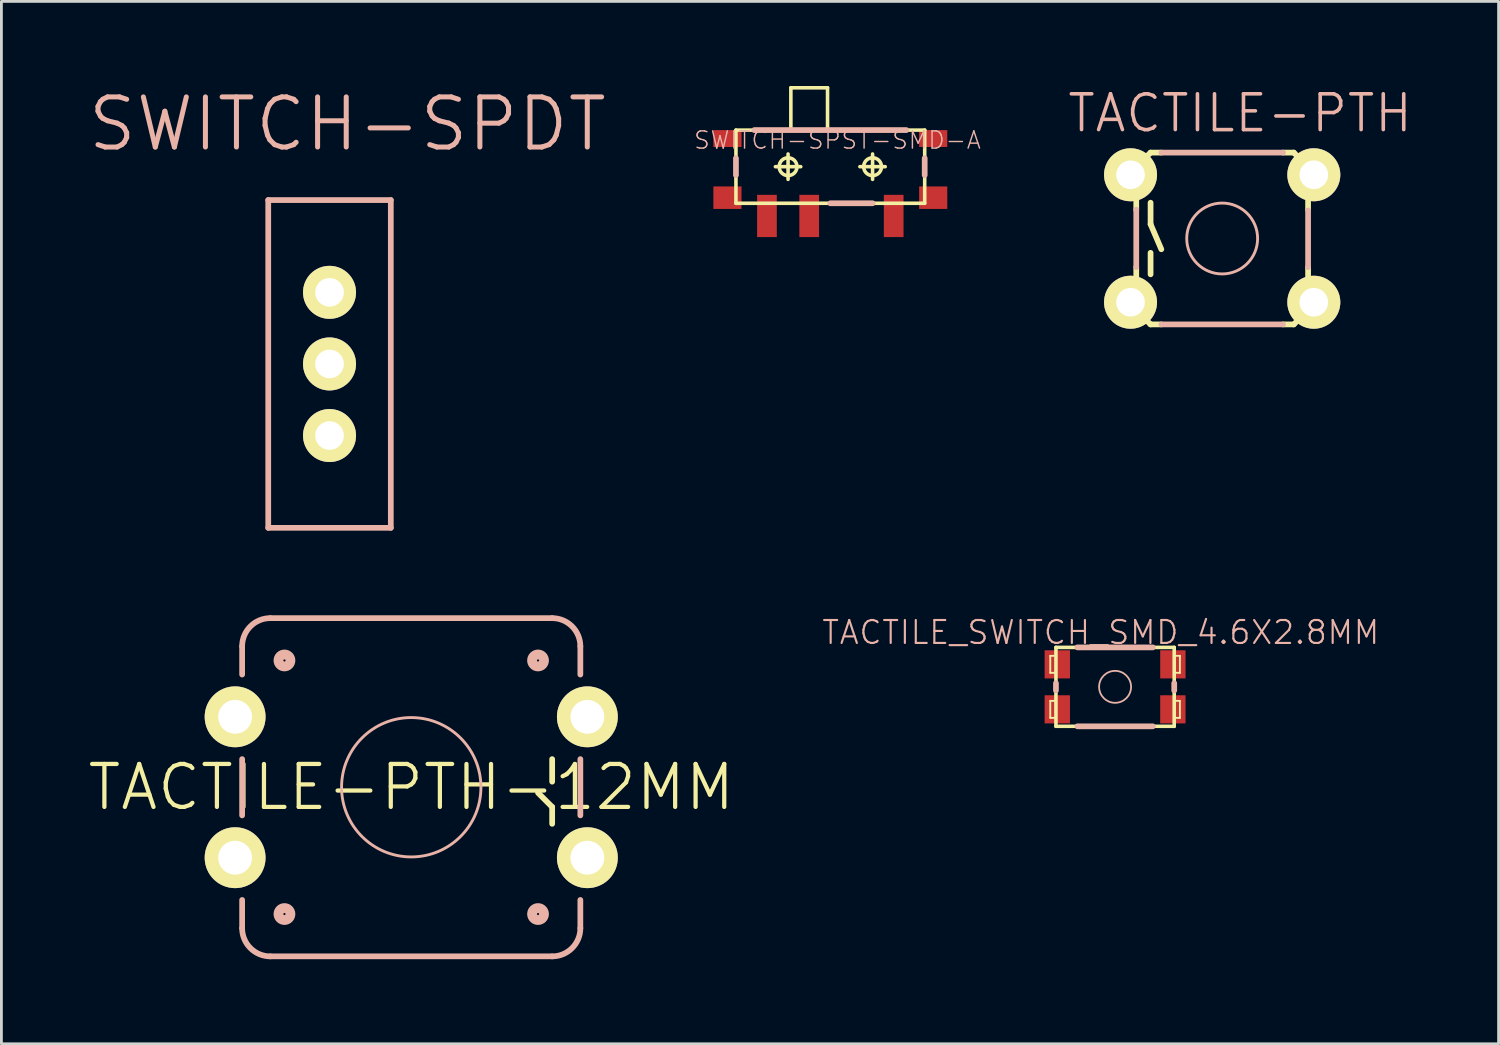
<source format=kicad_pcb>
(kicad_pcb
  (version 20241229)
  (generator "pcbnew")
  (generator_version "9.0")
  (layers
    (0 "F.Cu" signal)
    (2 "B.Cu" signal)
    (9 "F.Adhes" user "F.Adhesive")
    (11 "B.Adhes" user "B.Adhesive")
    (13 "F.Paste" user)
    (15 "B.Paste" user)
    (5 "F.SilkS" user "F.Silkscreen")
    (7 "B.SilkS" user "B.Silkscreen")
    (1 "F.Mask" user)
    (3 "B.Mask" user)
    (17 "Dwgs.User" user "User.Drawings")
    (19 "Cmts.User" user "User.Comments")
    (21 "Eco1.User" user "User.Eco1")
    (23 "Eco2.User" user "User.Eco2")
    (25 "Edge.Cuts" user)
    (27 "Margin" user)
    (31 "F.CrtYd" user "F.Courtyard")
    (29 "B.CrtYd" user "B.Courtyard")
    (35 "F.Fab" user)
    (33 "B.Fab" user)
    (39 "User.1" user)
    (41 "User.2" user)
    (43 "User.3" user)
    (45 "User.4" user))
  (footprint "TACTILE_SWITCH_SMD_4.6X2.8MM"
    (layer "F.Cu")
    (at 36.508 21.316)
    (property "Reference" "TACTILE_SWITCH_SMD_4.6X2.8MM" (at -0.508 -1.93 0) (layer "B.SilkS") (effects (font (size 0.813 0.813) (thickness 0.076))))
    (attr smd)
    (fp_line (start -2.299 -1.1) (end -2.098 -1.1) (stroke (width 0.066) (type solid)) (layer "F.SilkS"))
    (fp_line (start -2.299 -0.498) (end -2.299 -1.1) (stroke (width 0.066) (type solid)) (layer "F.SilkS"))
    (fp_line (start -2.299 -0.498) (end -2.098 -0.498) (stroke (width 0.066) (type solid)) (layer "F.SilkS"))
    (fp_line (start -2.299 0.498) (end -2.098 0.498) (stroke (width 0.066) (type solid)) (layer "F.SilkS"))
    (fp_line (start -2.299 1.1) (end -2.299 0.498) (stroke (width 0.066) (type solid)) (layer "F.SilkS"))
    (fp_line (start -2.299 1.1) (end -2.098 1.1) (stroke (width 0.066) (type solid)) (layer "F.SilkS"))
    (fp_line (start -2.098 -1.4) (end -2.098 1.4) (stroke (width 0.127) (type solid)) (layer "F.SilkS"))
    (fp_line (start -2.098 -1.4) (end 2.098 -1.4) (stroke (width 0.127) (type solid)) (layer "F.SilkS"))
    (fp_line (start -2.098 -0.498) (end -2.098 -1.1) (stroke (width 0.066) (type solid)) (layer "F.SilkS"))
    (fp_line (start -2.098 1.1) (end -2.098 0.498) (stroke (width 0.066) (type solid)) (layer "F.SilkS"))
    (fp_line (start -2.098 1.4) (end 2.098 1.4) (stroke (width 0.127) (type solid)) (layer "F.SilkS"))
    (fp_line (start 2.098 -1.1) (end 2.299 -1.1) (stroke (width 0.066) (type solid)) (layer "F.SilkS"))
    (fp_line (start 2.098 -0.498) (end 2.098 -1.1) (stroke (width 0.066) (type solid)) (layer "F.SilkS"))
    (fp_line (start 2.098 -0.498) (end 2.299 -0.498) (stroke (width 0.066) (type solid)) (layer "F.SilkS"))
    (fp_line (start 2.098 0.498) (end 2.299 0.498) (stroke (width 0.066) (type solid)) (layer "F.SilkS"))
    (fp_line (start 2.098 1.1) (end 2.098 0.498) (stroke (width 0.066) (type solid)) (layer "F.SilkS"))
    (fp_line (start 2.098 1.1) (end 2.299 1.1) (stroke (width 0.066) (type solid)) (layer "F.SilkS"))
    (fp_line (start 2.098 1.4) (end 2.098 -1.4) (stroke (width 0.127) (type solid)) (layer "F.SilkS"))
    (fp_line (start 2.299 -0.498) (end 2.299 -1.1) (stroke (width 0.066) (type solid)) (layer "F.SilkS"))
    (fp_line (start 2.299 1.1) (end 2.299 0.498) (stroke (width 0.066) (type solid)) (layer "F.SilkS"))
    (fp_line (start -2.098 -0.13) (end -2.098 0.13) (stroke (width 0.203) (type solid)) (layer "B.SilkS"))
    (fp_line (start -1.336 -1.4) (end 1.336 -1.4) (stroke (width 0.203) (type solid)) (layer "B.SilkS"))
    (fp_line (start 1.336 1.4) (end -1.336 1.4) (stroke (width 0.203) (type solid)) (layer "B.SilkS"))
    (fp_line (start 2.098 0.13) (end 2.098 -0.13) (stroke (width 0.203) (type solid)) (layer "B.SilkS"))
    (fp_circle (center 0 0) (end -0.401 0.401) (stroke (width 0.064) (type solid)) (fill no) (layer "B.SilkS"))
    (pad "1" smd rect (at -2.05 0.798) (size 0.899 0.998) (layers "F.Cu" "F.Mask" "F.Paste"))
    (pad "2" smd rect (at 2.05 0.798) (size 0.899 0.998) (layers "F.Cu" "F.Mask" "F.Paste"))
    (pad "3" smd rect (at 2.05 -0.798) (size 0.899 0.998) (layers "F.Cu" "F.Mask" "F.Paste"))
    (pad "4" smd rect (at -2.05 -0.798) (size 0.899 0.998) (layers "F.Cu" "F.Mask" "F.Paste")))
  (footprint "TACTILE-PTH-12MM"
    (layer "F.Cu")
    (at 11.539 24.878)
    (property "Reference" "TACTILE-PTH-12MM" (at 0 0 0) (layer "F.SilkS") (effects (font (size 1.524 1.524) (thickness 0.15))))
    (attr exclude_from_pos_files exclude_from_bom)
    (fp_line (start 4.999 -0.198) (end 4.999 -0.998) (stroke (width 0.203) (type solid)) (layer "F.SilkS"))
    (fp_line (start 4.999 0.699) (end 4.498 0.198) (stroke (width 0.203) (type solid)) (layer "F.SilkS"))
    (fp_line (start 4.999 1.298) (end 4.999 0.699) (stroke (width 0.203) (type solid)) (layer "F.SilkS"))
    (fp_line (start -5.999 -3.998) (end -5.999 -4.999) (stroke (width 0.203) (type solid)) (layer "B.SilkS"))
    (fp_line (start -5.999 0.998) (end -5.999 -0.998) (stroke (width 0.203) (type solid)) (layer "B.SilkS"))
    (fp_line (start -5.999 4.999) (end -5.999 3.998) (stroke (width 0.203) (type solid)) (layer "B.SilkS"))
    (fp_line (start -4.999 -5.999) (end 4.999 -5.999) (stroke (width 0.203) (type solid)) (layer "B.SilkS"))
    (fp_line (start 4.999 5.999) (end -4.999 5.999) (stroke (width 0.203) (type solid)) (layer "B.SilkS"))
    (fp_line (start 5.999 -4.999) (end 5.999 -3.998) (stroke (width 0.203) (type solid)) (layer "B.SilkS"))
    (fp_line (start 5.999 -0.998) (end 5.999 0.998) (stroke (width 0.203) (type solid)) (layer "B.SilkS"))
    (fp_line (start 5.999 3.998) (end 5.999 4.999) (stroke (width 0.203) (type solid)) (layer "B.SilkS"))
    (fp_arc (start -5.99948 -4.99872) (mid -5.706364 -5.706364) (end -4.99872 -5.99948) (stroke (width 0.2032) (type solid)) (layer "B.SilkS"))
    (fp_arc (start -4.99872 5.99948) (mid -5.706364 5.706364) (end -5.99948 4.99872) (stroke (width 0.2032) (type solid)) (layer "B.SilkS"))
    (fp_arc (start 4.99872 -5.99948) (mid 5.706364 -5.706364) (end 5.99948 -4.99872) (stroke (width 0.2032) (type solid)) (layer "B.SilkS"))
    (fp_arc (start 5.99948 4.99872) (mid 5.706364 5.706364) (end 4.99872 5.99948) (stroke (width 0.2032) (type solid)) (layer "B.SilkS"))
    (fp_circle (center -4.498 -4.498) (end -4.648 -4.648) (stroke (width 0.348) (type solid)) (fill no) (layer "B.SilkS"))
    (fp_circle (center -4.498 4.498) (end -4.648 4.648) (stroke (width 0.348) (type solid)) (fill no) (layer "B.SilkS"))
    (fp_circle (center 0 0) (end -1.748 1.748) (stroke (width 0.102) (type solid)) (fill no) (layer "B.SilkS"))
    (fp_circle (center 4.498 -4.498) (end 4.648 -4.648) (stroke (width 0.348) (type solid)) (fill no) (layer "B.SilkS"))
    (fp_circle (center 4.498 4.498) (end 4.648 4.648) (stroke (width 0.348) (type solid)) (fill no) (layer "B.SilkS"))
    (pad "1" thru_hole circle (at 6.248 2.499) (size 2.159 2.159) (drill 1.199) (layers "*.Cu" "F.Mask" "F.SilkS" "F.Paste"))
    (pad "2" thru_hole circle (at -6.248 2.499) (size 2.159 2.159) (drill 1.199) (layers "*.Cu" "F.Mask" "F.SilkS" "F.Paste"))
    (pad "3" thru_hole circle (at 6.248 -2.499) (size 2.159 2.159) (drill 1.199) (layers "*.Cu" "F.Mask" "F.SilkS" "F.Paste"))
    (pad "4" thru_hole circle (at -6.248 -2.499) (size 2.159 2.159) (drill 1.199) (layers "*.Cu" "F.Mask" "F.SilkS" "F.Paste")))
  (footprint "SWITCH-SPST-SMD-A"
    (layer "F.Cu")
    (at 26.406 2.863)
    (property "Reference" "SWITCH-SPST-SMD-A" (at 0.254 -0.94 0) (layer "B.SilkS") (effects (font (size 0.61 0.61) (thickness 0.051))))
    (attr smd)
    (fp_line (start -3.348 -1.298) (end -3.348 1.298) (stroke (width 0.127) (type solid)) (layer "F.SilkS"))
    (fp_line (start -3.348 1.298) (end 3.348 1.298) (stroke (width 0.127) (type solid)) (layer "F.SilkS"))
    (fp_line (start -1.948 0) (end -1.049 0) (stroke (width 0.127) (type solid)) (layer "F.SilkS"))
    (fp_line (start -1.499 0.45) (end -1.499 -0.45) (stroke (width 0.127) (type solid)) (layer "F.SilkS"))
    (fp_line (start -1.4 -2.799) (end -1.4 -1.298) (stroke (width 0.127) (type solid)) (layer "F.SilkS"))
    (fp_line (start -1.4 -1.298) (end -3.348 -1.298) (stroke (width 0.127) (type solid)) (layer "F.SilkS"))
    (fp_line (start -0.099 -2.799) (end -1.4 -2.799) (stroke (width 0.127) (type solid)) (layer "F.SilkS"))
    (fp_line (start -0.099 -1.298) (end -1.4 -1.298) (stroke (width 0.127) (type solid)) (layer "F.SilkS"))
    (fp_line (start -0.099 -1.298) (end -0.099 -2.799) (stroke (width 0.127) (type solid)) (layer "F.SilkS"))
    (fp_line (start 1.049 0) (end 1.948 0) (stroke (width 0.127) (type solid)) (layer "F.SilkS"))
    (fp_line (start 1.499 0.45) (end 1.499 -0.45) (stroke (width 0.127) (type solid)) (layer "F.SilkS"))
    (fp_line (start 3.348 -1.298) (end -0.099 -1.298) (stroke (width 0.127) (type solid)) (layer "F.SilkS"))
    (fp_line (start 3.348 1.298) (end 3.348 -1.298) (stroke (width 0.127) (type solid)) (layer "F.SilkS"))
    (fp_circle (center -1.499 0) (end -1.722 0.224) (stroke (width 0.127) (type solid)) (fill no) (layer "F.SilkS"))
    (fp_circle (center 1.499 0) (end 1.722 0.224) (stroke (width 0.127) (type solid)) (fill no) (layer "F.SilkS"))
    (fp_line (start -3.348 -0.3) (end -3.348 0.3) (stroke (width 0.203) (type solid)) (layer "B.SilkS"))
    (fp_line (start 1.499 1.298) (end 0 1.298) (stroke (width 0.203) (type solid)) (layer "B.SilkS"))
    (fp_line (start 2.697 -1.298) (end -2.697 -1.298) (stroke (width 0.203) (type solid)) (layer "B.SilkS"))
    (fp_line (start 3.348 -0.3) (end 3.348 0.3) (stroke (width 0.203) (type solid)) (layer "B.SilkS"))
    (pad "1" smd rect (at -2.248 1.748 180) (size 0.699 1.499) (layers "F.Cu" "F.Mask" "F.Paste"))
    (pad "2" smd rect (at -0.749 1.748 180) (size 0.699 1.499) (layers "F.Cu" "F.Mask" "F.Paste"))
    (pad "3" smd rect (at 2.248 1.748 180) (size 0.699 1.499) (layers "F.Cu" "F.Mask" "F.Paste"))
    (pad "GND1" smd rect (at -3.65 -0.998) (size 0.998 0.599) (layers "F.Cu" "F.Mask" "F.Paste"))
    (pad "GND2" smd rect (at -3.65 1.1) (size 0.998 0.798) (layers "F.Cu" "F.Mask" "F.Paste"))
    (pad "GND3" smd rect (at 3.65 -0.998) (size 0.998 0.599) (layers "F.Cu" "F.Mask" "F.Paste"))
    (pad "GND4" smd rect (at 3.65 1.1) (size 0.998 0.798) (layers "F.Cu" "F.Mask" "F.Paste")))
  (footprint "SWITCH-SPDT"
    (layer "F.Cu")
    (at 8.64 9.861)
    (property "Reference" "SWITCH-SPDT" (at 0.635 -8.509 0) (layer "B.SilkS") (effects (font (size 1.778 1.778) (thickness 0.178))))
    (attr exclude_from_pos_files exclude_from_bom)
    (fp_line (start -2.174 -5.814) (end -2.174 5.814) (stroke (width 0.203) (type solid)) (layer "B.SilkS"))
    (fp_line (start -2.174 5.814) (end 2.174 5.814) (stroke (width 0.203) (type solid)) (layer "B.SilkS"))
    (fp_line (start 2.174 -5.814) (end -2.174 -5.814) (stroke (width 0.203) (type solid)) (layer "B.SilkS"))
    (fp_line (start 2.174 5.814) (end 2.174 -5.814) (stroke (width 0.203) (type solid)) (layer "B.SilkS"))
    (pad "1" thru_hole circle (at 0 -2.54) (size 1.88 1.88) (drill 1.016) (layers "*.Cu" "F.Mask" "F.SilkS" "F.Paste"))
    (pad "2" thru_hole circle (at 0 0) (size 1.88 1.88) (drill 1.016) (layers "*.Cu" "F.Mask" "F.SilkS" "F.Paste"))
    (pad "3" thru_hole circle (at 0 2.54) (size 1.88 1.88) (drill 1.016) (layers "*.Cu" "F.Mask" "F.SilkS" "F.Paste")))
  (footprint "TACTILE-PTH"
    (layer "F.Cu")
    (at 40.307 5.411)
    (property "Reference" "TACTILE-PTH" (at 0.635 -4.445 0) (layer "B.SilkS") (effects (font (size 1.27 1.27) (thickness 0.127))))
    (attr exclude_from_pos_files exclude_from_bom)
    (fp_line (start -3.048 -2.54) (end -3.048 -1.016) (stroke (width 0.203) (type solid)) (layer "F.SilkS"))
    (fp_line (start -3.048 2.54) (end -3.048 1.016) (stroke (width 0.203) (type solid)) (layer "F.SilkS"))
    (fp_line (start -2.54 -3.048) (end -3.048 -2.54) (stroke (width 0.203) (type solid)) (layer "F.SilkS"))
    (fp_line (start -2.54 -3.048) (end -2.159 -3.048) (stroke (width 0.203) (type solid)) (layer "F.SilkS"))
    (fp_line (start -2.54 -1.27) (end -2.54 -0.508) (stroke (width 0.203) (type solid)) (layer "F.SilkS"))
    (fp_line (start -2.54 -0.508) (end -2.159 0.381) (stroke (width 0.203) (type solid)) (layer "F.SilkS"))
    (fp_line (start -2.54 0.508) (end -2.54 1.27) (stroke (width 0.203) (type solid)) (layer "F.SilkS"))
    (fp_line (start -2.54 3.048) (end -3.048 2.54) (stroke (width 0.203) (type solid)) (layer "F.SilkS"))
    (fp_line (start -2.54 3.048) (end -2.159 3.048) (stroke (width 0.203) (type solid)) (layer "F.SilkS"))
    (fp_line (start 2.54 -3.048) (end 2.159 -3.048) (stroke (width 0.203) (type solid)) (layer "F.SilkS"))
    (fp_line (start 2.54 3.048) (end 2.159 3.048) (stroke (width 0.203) (type solid)) (layer "F.SilkS"))
    (fp_line (start 2.54 3.048) (end 3.048 2.54) (stroke (width 0.203) (type solid)) (layer "F.SilkS"))
    (fp_line (start 3.048 -2.54) (end 2.54 -3.048) (stroke (width 0.203) (type solid)) (layer "F.SilkS"))
    (fp_line (start 3.048 -1.016) (end 3.048 -2.54) (stroke (width 0.203) (type solid)) (layer "F.SilkS"))
    (fp_line (start 3.048 2.54) (end 3.048 1.016) (stroke (width 0.203) (type solid)) (layer "F.SilkS"))
    (fp_line (start -3.048 -1.026) (end -3.048 1.016) (stroke (width 0.203) (type solid)) (layer "B.SilkS"))
    (fp_line (start -2.159 3.048) (end 2.159 3.048) (stroke (width 0.203) (type solid)) (layer "B.SilkS"))
    (fp_line (start 2.159 -3.048) (end -2.159 -3.048) (stroke (width 0.203) (type solid)) (layer "B.SilkS"))
    (fp_line (start 3.048 -0.996) (end 3.048 1.016) (stroke (width 0.203) (type solid)) (layer "B.SilkS"))
    (fp_circle (center 0 0) (end -0.889 0.889) (stroke (width 0.102) (type solid)) (fill no) (layer "B.SilkS"))
    (pad "1" thru_hole circle (at -3.251 -2.261) (size 1.88 1.88) (drill 1.016) (layers "*.Cu" "F.Mask" "F.SilkS" "F.Paste"))
    (pad "2" thru_hole circle (at 3.251 -2.261) (size 1.88 1.88) (drill 1.016) (layers "*.Cu" "F.Mask" "F.SilkS" "F.Paste"))
    (pad "3" thru_hole circle (at -3.251 2.261) (size 1.88 1.88) (drill 1.016) (layers "*.Cu" "F.Mask" "F.SilkS" "F.Paste"))
    (pad "4" thru_hole circle (at 3.251 2.261) (size 1.88 1.88) (drill 1.016) (layers "*.Cu" "F.Mask" "F.SilkS" "F.Paste")))
  (gr_rect
    (start -3 -3)
    (end 50.113 33.979)
    (stroke (width 0.1) (type default))
    (fill no)
    (layer "Edge.Cuts")))
</source>
